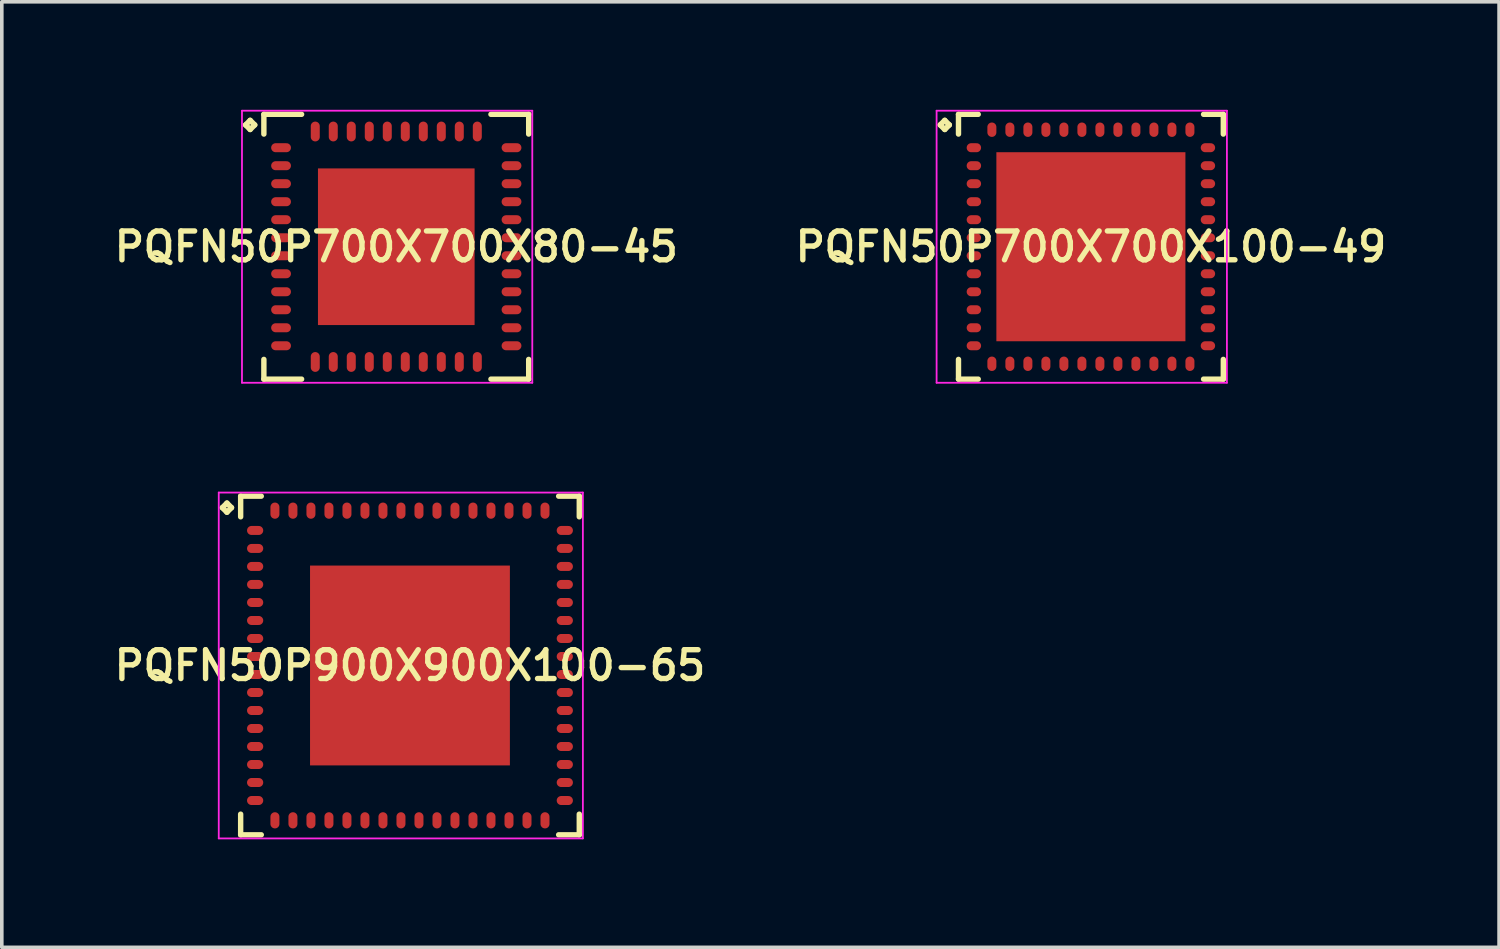
<source format=kicad_pcb>
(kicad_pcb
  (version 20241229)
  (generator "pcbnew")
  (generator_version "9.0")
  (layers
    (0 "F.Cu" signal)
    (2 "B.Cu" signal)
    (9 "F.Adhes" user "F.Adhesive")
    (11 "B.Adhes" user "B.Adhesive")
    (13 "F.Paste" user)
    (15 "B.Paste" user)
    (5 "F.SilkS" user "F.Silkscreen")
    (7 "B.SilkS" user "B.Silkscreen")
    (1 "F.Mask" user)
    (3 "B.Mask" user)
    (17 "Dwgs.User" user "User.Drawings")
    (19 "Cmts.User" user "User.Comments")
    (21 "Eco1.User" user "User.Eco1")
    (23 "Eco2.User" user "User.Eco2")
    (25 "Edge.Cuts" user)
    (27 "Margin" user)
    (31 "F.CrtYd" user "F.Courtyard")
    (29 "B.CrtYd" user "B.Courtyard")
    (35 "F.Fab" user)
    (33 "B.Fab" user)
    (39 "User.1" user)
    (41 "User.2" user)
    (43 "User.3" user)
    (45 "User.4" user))
  (footprint "PQFN50P700X700X80-45"
    (layer "F.Cu")
    (at 7.955 3.802)
    (property "Reference" "PQFN50P700X700X80-45" (at 0 0 0) (layer "F.SilkS") (effects (font (size 0.8 0.8) (thickness 0.15))))
    (attr smd)
    (fp_line (start -4.185 -3.383) (end -4.058 -3.51) (stroke (width 0.15) (type solid)) (layer "F.SilkS"))
    (fp_line (start -4.058 -3.51) (end -3.931 -3.383) (stroke (width 0.15) (type solid)) (layer "F.SilkS"))
    (fp_line (start -4.058 -3.256) (end -4.185 -3.383) (stroke (width 0.15) (type solid)) (layer "F.SilkS"))
    (fp_line (start -3.931 -3.383) (end -4.058 -3.256) (stroke (width 0.15) (type solid)) (layer "F.SilkS"))
    (fp_line (start -3.677 -3.677) (end -2.629 -3.677) (stroke (width 0.15) (type solid)) (layer "F.SilkS"))
    (fp_line (start -3.677 -3.129) (end -3.677 -3.677) (stroke (width 0.15) (type solid)) (layer "F.SilkS"))
    (fp_line (start -3.677 3.129) (end -3.677 3.677) (stroke (width 0.15) (type solid)) (layer "F.SilkS"))
    (fp_line (start -3.677 3.677) (end -2.629 3.677) (stroke (width 0.15) (type solid)) (layer "F.SilkS"))
    (fp_line (start 2.629 -3.677) (end 3.677 -3.677) (stroke (width 0.15) (type solid)) (layer "F.SilkS"))
    (fp_line (start 2.629 3.677) (end 3.677 3.677) (stroke (width 0.15) (type solid)) (layer "F.SilkS"))
    (fp_line (start 3.677 -3.677) (end 3.677 -3.129) (stroke (width 0.15) (type solid)) (layer "F.SilkS"))
    (fp_line (start 3.677 3.677) (end 3.677 3.129) (stroke (width 0.15) (type solid)) (layer "F.SilkS"))
    (fp_line (start -4.285 -3.777) (end 3.777 -3.777) (stroke (width 0.05) (type solid)) (layer "F.CrtYd"))
    (fp_line (start -4.285 3.777) (end -4.285 -3.777) (stroke (width 0.05) (type solid)) (layer "F.CrtYd"))
    (fp_line (start 3.777 -3.777) (end 3.777 3.777) (stroke (width 0.05) (type solid)) (layer "F.CrtYd"))
    (fp_line (start 3.777 3.777) (end -4.285 3.777) (stroke (width 0.05) (type solid)) (layer "F.CrtYd"))
    (pad "1" smd oval (at -3.2 -2.75) (size 0.55 0.25) (layers "F.Cu" "F.Mask" "F.Paste"))
    (pad "2" smd oval (at -3.2 -2.25) (size 0.55 0.25) (layers "F.Cu" "F.Mask" "F.Paste"))
    (pad "3" smd oval (at -3.2 -1.75) (size 0.55 0.25) (layers "F.Cu" "F.Mask" "F.Paste"))
    (pad "4" smd oval (at -3.2 -1.25) (size 0.55 0.25) (layers "F.Cu" "F.Mask" "F.Paste"))
    (pad "5" smd oval (at -3.2 -0.75) (size 0.55 0.25) (layers "F.Cu" "F.Mask" "F.Paste"))
    (pad "6" smd oval (at -3.2 -0.25) (size 0.55 0.25) (layers "F.Cu" "F.Mask" "F.Paste"))
    (pad "7" smd oval (at -3.2 0.25) (size 0.55 0.25) (layers "F.Cu" "F.Mask" "F.Paste"))
    (pad "8" smd oval (at -3.2 0.75) (size 0.55 0.25) (layers "F.Cu" "F.Mask" "F.Paste"))
    (pad "9" smd oval (at -3.2 1.25) (size 0.55 0.25) (layers "F.Cu" "F.Mask" "F.Paste"))
    (pad "10" smd oval (at -3.2 1.75) (size 0.55 0.25) (layers "F.Cu" "F.Mask" "F.Paste"))
    (pad "11" smd oval (at -3.2 2.25) (size 0.55 0.25) (layers "F.Cu" "F.Mask" "F.Paste"))
    (pad "12" smd oval (at -3.2 2.75) (size 0.55 0.25) (layers "F.Cu" "F.Mask" "F.Paste"))
    (pad "13" smd oval (at -2.25 3.2) (size 0.25 0.55) (layers "F.Cu" "F.Mask" "F.Paste"))
    (pad "14" smd oval (at -1.75 3.2) (size 0.25 0.55) (layers "F.Cu" "F.Mask" "F.Paste"))
    (pad "15" smd oval (at -1.25 3.2) (size 0.25 0.55) (layers "F.Cu" "F.Mask" "F.Paste"))
    (pad "16" smd oval (at -0.75 3.2) (size 0.25 0.55) (layers "F.Cu" "F.Mask" "F.Paste"))
    (pad "17" smd oval (at -0.25 3.2) (size 0.25 0.55) (layers "F.Cu" "F.Mask" "F.Paste"))
    (pad "18" smd oval (at 0.25 3.2) (size 0.25 0.55) (layers "F.Cu" "F.Mask" "F.Paste"))
    (pad "19" smd oval (at 0.75 3.2) (size 0.25 0.55) (layers "F.Cu" "F.Mask" "F.Paste"))
    (pad "20" smd oval (at 1.25 3.2) (size 0.25 0.55) (layers "F.Cu" "F.Mask" "F.Paste"))
    (pad "21" smd oval (at 1.75 3.2) (size 0.25 0.55) (layers "F.Cu" "F.Mask" "F.Paste"))
    (pad "22" smd oval (at 2.25 3.2) (size 0.25 0.55) (layers "F.Cu" "F.Mask" "F.Paste"))
    (pad "23" smd oval (at 3.2 2.75) (size 0.55 0.25) (layers "F.Cu" "F.Mask" "F.Paste"))
    (pad "24" smd oval (at 3.2 2.25) (size 0.55 0.25) (layers "F.Cu" "F.Mask" "F.Paste"))
    (pad "25" smd oval (at 3.2 1.75) (size 0.55 0.25) (layers "F.Cu" "F.Mask" "F.Paste"))
    (pad "26" smd oval (at 3.2 1.25) (size 0.55 0.25) (layers "F.Cu" "F.Mask" "F.Paste"))
    (pad "27" smd oval (at 3.2 0.75) (size 0.55 0.25) (layers "F.Cu" "F.Mask" "F.Paste"))
    (pad "28" smd oval (at 3.2 0.25) (size 0.55 0.25) (layers "F.Cu" "F.Mask" "F.Paste"))
    (pad "29" smd oval (at 3.2 -0.25) (size 0.55 0.25) (layers "F.Cu" "F.Mask" "F.Paste"))
    (pad "30" smd oval (at 3.2 -0.75) (size 0.55 0.25) (layers "F.Cu" "F.Mask" "F.Paste"))
    (pad "31" smd oval (at 3.2 -1.25) (size 0.55 0.25) (layers "F.Cu" "F.Mask" "F.Paste"))
    (pad "32" smd oval (at 3.2 -1.75) (size 0.55 0.25) (layers "F.Cu" "F.Mask" "F.Paste"))
    (pad "33" smd oval (at 3.2 -2.25) (size 0.55 0.25) (layers "F.Cu" "F.Mask" "F.Paste"))
    (pad "34" smd oval (at 3.2 -2.75) (size 0.55 0.25) (layers "F.Cu" "F.Mask" "F.Paste"))
    (pad "35" smd oval (at 2.25 -3.2) (size 0.25 0.55) (layers "F.Cu" "F.Mask" "F.Paste"))
    (pad "36" smd oval (at 1.75 -3.2) (size 0.25 0.55) (layers "F.Cu" "F.Mask" "F.Paste"))
    (pad "37" smd oval (at 1.25 -3.2) (size 0.25 0.55) (layers "F.Cu" "F.Mask" "F.Paste"))
    (pad "38" smd oval (at 0.75 -3.2) (size 0.25 0.55) (layers "F.Cu" "F.Mask" "F.Paste"))
    (pad "39" smd oval (at 0.25 -3.2) (size 0.25 0.55) (layers "F.Cu" "F.Mask" "F.Paste"))
    (pad "40" smd oval (at -0.25 -3.2) (size 0.25 0.55) (layers "F.Cu" "F.Mask" "F.Paste"))
    (pad "41" smd oval (at -0.75 -3.2) (size 0.25 0.55) (layers "F.Cu" "F.Mask" "F.Paste"))
    (pad "42" smd oval (at -1.25 -3.2) (size 0.25 0.55) (layers "F.Cu" "F.Mask" "F.Paste"))
    (pad "43" smd oval (at -1.75 -3.2) (size 0.25 0.55) (layers "F.Cu" "F.Mask" "F.Paste"))
    (pad "44" smd oval (at -2.25 -3.2) (size 0.25 0.55) (layers "F.Cu" "F.Mask" "F.Paste"))
    (pad "45" smd rect (at 0 0) (size 4.35 4.35) (layers "F.Cu" "F.Mask" "F.Paste")))
  (footprint "PQFN50P700X700X100-49"
    (layer "F.Cu")
    (at 27.245 3.802)
    (property "Reference" "PQFN50P700X700X100-49" (at 0 0 0) (layer "F.SilkS") (effects (font (size 0.8 0.8) (thickness 0.15))))
    (attr smd)
    (fp_line (start -4.185 -3.383) (end -4.058 -3.51) (stroke (width 0.15) (type solid)) (layer "F.SilkS"))
    (fp_line (start -4.058 -3.51) (end -3.931 -3.383) (stroke (width 0.15) (type solid)) (layer "F.SilkS"))
    (fp_line (start -4.058 -3.256) (end -4.185 -3.383) (stroke (width 0.15) (type solid)) (layer "F.SilkS"))
    (fp_line (start -3.931 -3.383) (end -4.058 -3.256) (stroke (width 0.15) (type solid)) (layer "F.SilkS"))
    (fp_line (start -3.677 -3.677) (end -3.129 -3.677) (stroke (width 0.15) (type solid)) (layer "F.SilkS"))
    (fp_line (start -3.677 -3.129) (end -3.677 -3.677) (stroke (width 0.15) (type solid)) (layer "F.SilkS"))
    (fp_line (start -3.677 3.129) (end -3.677 3.677) (stroke (width 0.15) (type solid)) (layer "F.SilkS"))
    (fp_line (start -3.677 3.677) (end -3.129 3.677) (stroke (width 0.15) (type solid)) (layer "F.SilkS"))
    (fp_line (start 3.129 -3.677) (end 3.677 -3.677) (stroke (width 0.15) (type solid)) (layer "F.SilkS"))
    (fp_line (start 3.129 3.677) (end 3.677 3.677) (stroke (width 0.15) (type solid)) (layer "F.SilkS"))
    (fp_line (start 3.677 -3.677) (end 3.677 -3.129) (stroke (width 0.15) (type solid)) (layer "F.SilkS"))
    (fp_line (start 3.677 3.677) (end 3.677 3.129) (stroke (width 0.15) (type solid)) (layer "F.SilkS"))
    (fp_line (start -4.285 -3.777) (end 3.777 -3.777) (stroke (width 0.05) (type solid)) (layer "F.CrtYd"))
    (fp_line (start -4.285 3.777) (end -4.285 -3.777) (stroke (width 0.05) (type solid)) (layer "F.CrtYd"))
    (fp_line (start 3.777 -3.777) (end 3.777 3.777) (stroke (width 0.05) (type solid)) (layer "F.CrtYd"))
    (fp_line (start 3.777 3.777) (end -4.285 3.777) (stroke (width 0.05) (type solid)) (layer "F.CrtYd"))
    (pad "1" smd oval (at -3.25 -2.75) (size 0.4 0.25) (layers "F.Cu" "F.Mask" "F.Paste"))
    (pad "2" smd oval (at -3.25 -2.25) (size 0.4 0.25) (layers "F.Cu" "F.Mask" "F.Paste"))
    (pad "3" smd oval (at -3.25 -1.75) (size 0.4 0.25) (layers "F.Cu" "F.Mask" "F.Paste"))
    (pad "4" smd oval (at -3.25 -1.25) (size 0.4 0.25) (layers "F.Cu" "F.Mask" "F.Paste"))
    (pad "5" smd oval (at -3.25 -0.75) (size 0.4 0.25) (layers "F.Cu" "F.Mask" "F.Paste"))
    (pad "6" smd oval (at -3.25 -0.25) (size 0.4 0.25) (layers "F.Cu" "F.Mask" "F.Paste"))
    (pad "7" smd oval (at -3.25 0.25) (size 0.4 0.25) (layers "F.Cu" "F.Mask" "F.Paste"))
    (pad "8" smd oval (at -3.25 0.75) (size 0.4 0.25) (layers "F.Cu" "F.Mask" "F.Paste"))
    (pad "9" smd oval (at -3.25 1.25) (size 0.4 0.25) (layers "F.Cu" "F.Mask" "F.Paste"))
    (pad "10" smd oval (at -3.25 1.75) (size 0.4 0.25) (layers "F.Cu" "F.Mask" "F.Paste"))
    (pad "11" smd oval (at -3.25 2.25) (size 0.4 0.25) (layers "F.Cu" "F.Mask" "F.Paste"))
    (pad "12" smd oval (at -3.25 2.75) (size 0.4 0.25) (layers "F.Cu" "F.Mask" "F.Paste"))
    (pad "13" smd oval (at -2.75 3.25) (size 0.25 0.4) (layers "F.Cu" "F.Mask" "F.Paste"))
    (pad "14" smd oval (at -2.25 3.25) (size 0.25 0.4) (layers "F.Cu" "F.Mask" "F.Paste"))
    (pad "15" smd oval (at -1.75 3.25) (size 0.25 0.4) (layers "F.Cu" "F.Mask" "F.Paste"))
    (pad "16" smd oval (at -1.25 3.25) (size 0.25 0.4) (layers "F.Cu" "F.Mask" "F.Paste"))
    (pad "17" smd oval (at -0.75 3.25) (size 0.25 0.4) (layers "F.Cu" "F.Mask" "F.Paste"))
    (pad "18" smd oval (at -0.25 3.25) (size 0.25 0.4) (layers "F.Cu" "F.Mask" "F.Paste"))
    (pad "19" smd oval (at 0.25 3.25) (size 0.25 0.4) (layers "F.Cu" "F.Mask" "F.Paste"))
    (pad "20" smd oval (at 0.75 3.25) (size 0.25 0.4) (layers "F.Cu" "F.Mask" "F.Paste"))
    (pad "21" smd oval (at 1.25 3.25) (size 0.25 0.4) (layers "F.Cu" "F.Mask" "F.Paste"))
    (pad "22" smd oval (at 1.75 3.25) (size 0.25 0.4) (layers "F.Cu" "F.Mask" "F.Paste"))
    (pad "23" smd oval (at 2.25 3.25) (size 0.25 0.4) (layers "F.Cu" "F.Mask" "F.Paste"))
    (pad "24" smd oval (at 2.75 3.25) (size 0.25 0.4) (layers "F.Cu" "F.Mask" "F.Paste"))
    (pad "25" smd oval (at 3.25 2.75) (size 0.4 0.25) (layers "F.Cu" "F.Mask" "F.Paste"))
    (pad "26" smd oval (at 3.25 2.25) (size 0.4 0.25) (layers "F.Cu" "F.Mask" "F.Paste"))
    (pad "27" smd oval (at 3.25 1.75) (size 0.4 0.25) (layers "F.Cu" "F.Mask" "F.Paste"))
    (pad "28" smd oval (at 3.25 1.25) (size 0.4 0.25) (layers "F.Cu" "F.Mask" "F.Paste"))
    (pad "29" smd oval (at 3.25 0.75) (size 0.4 0.25) (layers "F.Cu" "F.Mask" "F.Paste"))
    (pad "30" smd oval (at 3.25 0.25) (size 0.4 0.25) (layers "F.Cu" "F.Mask" "F.Paste"))
    (pad "31" smd oval (at 3.25 -0.25) (size 0.4 0.25) (layers "F.Cu" "F.Mask" "F.Paste"))
    (pad "32" smd oval (at 3.25 -0.75) (size 0.4 0.25) (layers "F.Cu" "F.Mask" "F.Paste"))
    (pad "33" smd oval (at 3.25 -1.25) (size 0.4 0.25) (layers "F.Cu" "F.Mask" "F.Paste"))
    (pad "34" smd oval (at 3.25 -1.75) (size 0.4 0.25) (layers "F.Cu" "F.Mask" "F.Paste"))
    (pad "35" smd oval (at 3.25 -2.25) (size 0.4 0.25) (layers "F.Cu" "F.Mask" "F.Paste"))
    (pad "36" smd oval (at 3.25 -2.75) (size 0.4 0.25) (layers "F.Cu" "F.Mask" "F.Paste"))
    (pad "37" smd oval (at 2.75 -3.25) (size 0.25 0.4) (layers "F.Cu" "F.Mask" "F.Paste"))
    (pad "38" smd oval (at 2.25 -3.25) (size 0.25 0.4) (layers "F.Cu" "F.Mask" "F.Paste"))
    (pad "39" smd oval (at 1.75 -3.25) (size 0.25 0.4) (layers "F.Cu" "F.Mask" "F.Paste"))
    (pad "40" smd oval (at 1.25 -3.25) (size 0.25 0.4) (layers "F.Cu" "F.Mask" "F.Paste"))
    (pad "41" smd oval (at 0.75 -3.25) (size 0.25 0.4) (layers "F.Cu" "F.Mask" "F.Paste"))
    (pad "42" smd oval (at 0.25 -3.25) (size 0.25 0.4) (layers "F.Cu" "F.Mask" "F.Paste"))
    (pad "43" smd oval (at -0.25 -3.25) (size 0.25 0.4) (layers "F.Cu" "F.Mask" "F.Paste"))
    (pad "44" smd oval (at -0.75 -3.25) (size 0.25 0.4) (layers "F.Cu" "F.Mask" "F.Paste"))
    (pad "45" smd oval (at -1.25 -3.25) (size 0.25 0.4) (layers "F.Cu" "F.Mask" "F.Paste"))
    (pad "46" smd oval (at -1.75 -3.25) (size 0.25 0.4) (layers "F.Cu" "F.Mask" "F.Paste"))
    (pad "47" smd oval (at -2.25 -3.25) (size 0.25 0.4) (layers "F.Cu" "F.Mask" "F.Paste"))
    (pad "48" smd oval (at -2.75 -3.25) (size 0.25 0.4) (layers "F.Cu" "F.Mask" "F.Paste"))
    (pad "49" smd rect (at 0 0) (size 5.25 5.25) (layers "F.Cu" "F.Mask" "F.Paste")))
  (footprint "PQFN50P900X900X100-65"
    (layer "F.Cu")
    (at 8.335 15.431)
    (property "Reference" "PQFN50P900X900X100-65" (at 0 0 0) (layer "F.SilkS") (effects (font (size 0.8 0.8) (thickness 0.15))))
    (attr smd)
    (fp_line (start -5.21 -4.383) (end -5.083 -4.51) (stroke (width 0.15) (type solid)) (layer "F.SilkS"))
    (fp_line (start -5.083 -4.51) (end -4.956 -4.383) (stroke (width 0.15) (type solid)) (layer "F.SilkS"))
    (fp_line (start -5.083 -4.256) (end -5.21 -4.383) (stroke (width 0.15) (type solid)) (layer "F.SilkS"))
    (fp_line (start -4.956 -4.383) (end -5.083 -4.256) (stroke (width 0.15) (type solid)) (layer "F.SilkS"))
    (fp_line (start -4.702 -4.702) (end -4.129 -4.702) (stroke (width 0.15) (type solid)) (layer "F.SilkS"))
    (fp_line (start -4.702 -4.129) (end -4.702 -4.702) (stroke (width 0.15) (type solid)) (layer "F.SilkS"))
    (fp_line (start -4.702 4.129) (end -4.702 4.702) (stroke (width 0.15) (type solid)) (layer "F.SilkS"))
    (fp_line (start -4.702 4.702) (end -4.129 4.702) (stroke (width 0.15) (type solid)) (layer "F.SilkS"))
    (fp_line (start 4.129 -4.702) (end 4.702 -4.702) (stroke (width 0.15) (type solid)) (layer "F.SilkS"))
    (fp_line (start 4.129 4.702) (end 4.702 4.702) (stroke (width 0.15) (type solid)) (layer "F.SilkS"))
    (fp_line (start 4.702 -4.702) (end 4.702 -4.129) (stroke (width 0.15) (type solid)) (layer "F.SilkS"))
    (fp_line (start 4.702 4.702) (end 4.702 4.129) (stroke (width 0.15) (type solid)) (layer "F.SilkS"))
    (fp_line (start -5.31 -4.802) (end 4.802 -4.802) (stroke (width 0.05) (type solid)) (layer "F.CrtYd"))
    (fp_line (start -5.31 4.802) (end -5.31 -4.802) (stroke (width 0.05) (type solid)) (layer "F.CrtYd"))
    (fp_line (start 4.802 -4.802) (end 4.802 4.802) (stroke (width 0.05) (type solid)) (layer "F.CrtYd"))
    (fp_line (start 4.802 4.802) (end -5.31 4.802) (stroke (width 0.05) (type solid)) (layer "F.CrtYd"))
    (pad "1" smd oval (at -4.3 -3.75) (size 0.45 0.25) (layers "F.Cu" "F.Mask" "F.Paste"))
    (pad "2" smd oval (at -4.3 -3.25) (size 0.45 0.25) (layers "F.Cu" "F.Mask" "F.Paste"))
    (pad "3" smd oval (at -4.3 -2.75) (size 0.45 0.25) (layers "F.Cu" "F.Mask" "F.Paste"))
    (pad "4" smd oval (at -4.3 -2.25) (size 0.45 0.25) (layers "F.Cu" "F.Mask" "F.Paste"))
    (pad "5" smd oval (at -4.3 -1.75) (size 0.45 0.25) (layers "F.Cu" "F.Mask" "F.Paste"))
    (pad "6" smd oval (at -4.3 -1.25) (size 0.45 0.25) (layers "F.Cu" "F.Mask" "F.Paste"))
    (pad "7" smd oval (at -4.3 -0.75) (size 0.45 0.25) (layers "F.Cu" "F.Mask" "F.Paste"))
    (pad "8" smd oval (at -4.3 -0.25) (size 0.45 0.25) (layers "F.Cu" "F.Mask" "F.Paste"))
    (pad "9" smd oval (at -4.3 0.25) (size 0.45 0.25) (layers "F.Cu" "F.Mask" "F.Paste"))
    (pad "10" smd oval (at -4.3 0.75) (size 0.45 0.25) (layers "F.Cu" "F.Mask" "F.Paste"))
    (pad "11" smd oval (at -4.3 1.25) (size 0.45 0.25) (layers "F.Cu" "F.Mask" "F.Paste"))
    (pad "12" smd oval (at -4.3 1.75) (size 0.45 0.25) (layers "F.Cu" "F.Mask" "F.Paste"))
    (pad "13" smd oval (at -4.3 2.25) (size 0.45 0.25) (layers "F.Cu" "F.Mask" "F.Paste"))
    (pad "14" smd oval (at -4.3 2.75) (size 0.45 0.25) (layers "F.Cu" "F.Mask" "F.Paste"))
    (pad "15" smd oval (at -4.3 3.25) (size 0.45 0.25) (layers "F.Cu" "F.Mask" "F.Paste"))
    (pad "16" smd oval (at -4.3 3.75) (size 0.45 0.25) (layers "F.Cu" "F.Mask" "F.Paste"))
    (pad "17" smd oval (at -3.75 4.3) (size 0.25 0.45) (layers "F.Cu" "F.Mask" "F.Paste"))
    (pad "18" smd oval (at -3.25 4.3) (size 0.25 0.45) (layers "F.Cu" "F.Mask" "F.Paste"))
    (pad "19" smd oval (at -2.75 4.3) (size 0.25 0.45) (layers "F.Cu" "F.Mask" "F.Paste"))
    (pad "20" smd oval (at -2.25 4.3) (size 0.25 0.45) (layers "F.Cu" "F.Mask" "F.Paste"))
    (pad "21" smd oval (at -1.75 4.3) (size 0.25 0.45) (layers "F.Cu" "F.Mask" "F.Paste"))
    (pad "22" smd oval (at -1.25 4.3) (size 0.25 0.45) (layers "F.Cu" "F.Mask" "F.Paste"))
    (pad "23" smd oval (at -0.75 4.3) (size 0.25 0.45) (layers "F.Cu" "F.Mask" "F.Paste"))
    (pad "24" smd oval (at -0.25 4.3) (size 0.25 0.45) (layers "F.Cu" "F.Mask" "F.Paste"))
    (pad "25" smd oval (at 0.25 4.3) (size 0.25 0.45) (layers "F.Cu" "F.Mask" "F.Paste"))
    (pad "26" smd oval (at 0.75 4.3) (size 0.25 0.45) (layers "F.Cu" "F.Mask" "F.Paste"))
    (pad "27" smd oval (at 1.25 4.3) (size 0.25 0.45) (layers "F.Cu" "F.Mask" "F.Paste"))
    (pad "28" smd oval (at 1.75 4.3) (size 0.25 0.45) (layers "F.Cu" "F.Mask" "F.Paste"))
    (pad "29" smd oval (at 2.25 4.3) (size 0.25 0.45) (layers "F.Cu" "F.Mask" "F.Paste"))
    (pad "30" smd oval (at 2.75 4.3) (size 0.25 0.45) (layers "F.Cu" "F.Mask" "F.Paste"))
    (pad "31" smd oval (at 3.25 4.3) (size 0.25 0.45) (layers "F.Cu" "F.Mask" "F.Paste"))
    (pad "32" smd oval (at 3.75 4.3) (size 0.25 0.45) (layers "F.Cu" "F.Mask" "F.Paste"))
    (pad "33" smd oval (at 4.3 3.75) (size 0.45 0.25) (layers "F.Cu" "F.Mask" "F.Paste"))
    (pad "34" smd oval (at 4.3 3.25) (size 0.45 0.25) (layers "F.Cu" "F.Mask" "F.Paste"))
    (pad "35" smd oval (at 4.3 2.75) (size 0.45 0.25) (layers "F.Cu" "F.Mask" "F.Paste"))
    (pad "36" smd oval (at 4.3 2.25) (size 0.45 0.25) (layers "F.Cu" "F.Mask" "F.Paste"))
    (pad "37" smd oval (at 4.3 1.75) (size 0.45 0.25) (layers "F.Cu" "F.Mask" "F.Paste"))
    (pad "38" smd oval (at 4.3 1.25) (size 0.45 0.25) (layers "F.Cu" "F.Mask" "F.Paste"))
    (pad "39" smd oval (at 4.3 0.75) (size 0.45 0.25) (layers "F.Cu" "F.Mask" "F.Paste"))
    (pad "40" smd oval (at 4.3 0.25) (size 0.45 0.25) (layers "F.Cu" "F.Mask" "F.Paste"))
    (pad "41" smd oval (at 4.3 -0.25) (size 0.45 0.25) (layers "F.Cu" "F.Mask" "F.Paste"))
    (pad "42" smd oval (at 4.3 -0.75) (size 0.45 0.25) (layers "F.Cu" "F.Mask" "F.Paste"))
    (pad "43" smd oval (at 4.3 -1.25) (size 0.45 0.25) (layers "F.Cu" "F.Mask" "F.Paste"))
    (pad "44" smd oval (at 4.3 -1.75) (size 0.45 0.25) (layers "F.Cu" "F.Mask" "F.Paste"))
    (pad "45" smd oval (at 4.3 -2.25) (size 0.45 0.25) (layers "F.Cu" "F.Mask" "F.Paste"))
    (pad "46" smd oval (at 4.3 -2.75) (size 0.45 0.25) (layers "F.Cu" "F.Mask" "F.Paste"))
    (pad "47" smd oval (at 4.3 -3.25) (size 0.45 0.25) (layers "F.Cu" "F.Mask" "F.Paste"))
    (pad "48" smd oval (at 4.3 -3.75) (size 0.45 0.25) (layers "F.Cu" "F.Mask" "F.Paste"))
    (pad "49" smd oval (at 3.75 -4.3) (size 0.25 0.45) (layers "F.Cu" "F.Mask" "F.Paste"))
    (pad "50" smd oval (at 3.25 -4.3) (size 0.25 0.45) (layers "F.Cu" "F.Mask" "F.Paste"))
    (pad "51" smd oval (at 2.75 -4.3) (size 0.25 0.45) (layers "F.Cu" "F.Mask" "F.Paste"))
    (pad "52" smd oval (at 2.25 -4.3) (size 0.25 0.45) (layers "F.Cu" "F.Mask" "F.Paste"))
    (pad "53" smd oval (at 1.75 -4.3) (size 0.25 0.45) (layers "F.Cu" "F.Mask" "F.Paste"))
    (pad "54" smd oval (at 1.25 -4.3) (size 0.25 0.45) (layers "F.Cu" "F.Mask" "F.Paste"))
    (pad "55" smd oval (at 0.75 -4.3) (size 0.25 0.45) (layers "F.Cu" "F.Mask" "F.Paste"))
    (pad "56" smd oval (at 0.25 -4.3) (size 0.25 0.45) (layers "F.Cu" "F.Mask" "F.Paste"))
    (pad "57" smd oval (at -0.25 -4.3) (size 0.25 0.45) (layers "F.Cu" "F.Mask" "F.Paste"))
    (pad "58" smd oval (at -0.75 -4.3) (size 0.25 0.45) (layers "F.Cu" "F.Mask" "F.Paste"))
    (pad "59" smd oval (at -1.25 -4.3) (size 0.25 0.45) (layers "F.Cu" "F.Mask" "F.Paste"))
    (pad "60" smd oval (at -1.75 -4.3) (size 0.25 0.45) (layers "F.Cu" "F.Mask" "F.Paste"))
    (pad "61" smd oval (at -2.25 -4.3) (size 0.25 0.45) (layers "F.Cu" "F.Mask" "F.Paste"))
    (pad "62" smd oval (at -2.75 -4.3) (size 0.25 0.45) (layers "F.Cu" "F.Mask" "F.Paste"))
    (pad "63" smd oval (at -3.25 -4.3) (size 0.25 0.45) (layers "F.Cu" "F.Mask" "F.Paste"))
    (pad "64" smd oval (at -3.75 -4.3) (size 0.25 0.45) (layers "F.Cu" "F.Mask" "F.Paste"))
    (pad "65" smd rect (at 0 0) (size 5.55 5.55) (layers "F.Cu" "F.Mask" "F.Paste")))
  (gr_rect
    (start -3 -3)
    (end 38.58 23.258)
    (stroke (width 0.1) (type default))
    (fill no)
    (layer "Edge.Cuts")))
</source>
